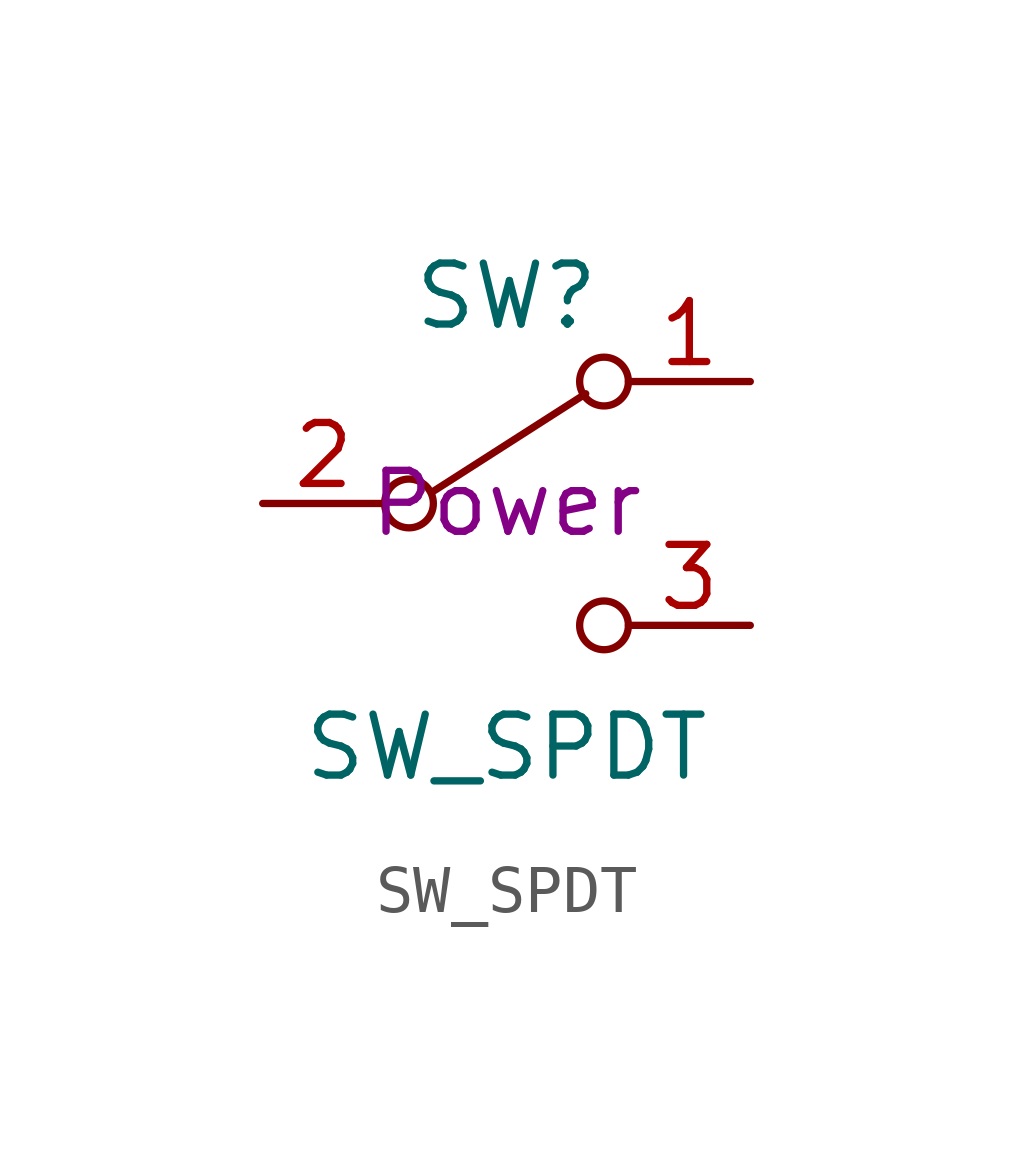
<source format=kicad_sym>
(kicad_symbol_lib
  (version 20220914)
  (generator kicad_symbol_editor)
  (symbol "SW_SPDT"
    (pin_names
      (offset 0) hide)
    (property "Reference" "SW"
      (at 0 4.318 0)
      (effects (font (size 1.27 1.27))))
    (property "Value" "SW_SPDT"
      (at 0 -5.08 0)
      (effects (font (size 1.27 1.27))))
    (property "NAME" "Power"
      (at 0 0 0)
      (effects (font (size 1.27 1.27))))
    (symbol "SW_SPDT_0_0"
      (circle (center -2.032 0) (radius 0.508) (stroke (width 0) (type default)) (fill (type none)))
      (circle (center 2.032 -2.54) (radius 0.508) (stroke (width 0) (type default)) (fill (type none))))
    (symbol "SW_SPDT_0_1"
      (polyline (pts (xy -1.524 0.254) (xy 1.651 2.286)) (stroke (width 0) (type default)) (fill (type none)))
      (circle (center 2.032 2.54) (radius 0.508) (stroke (width 0) (type default)) (fill (type none))))
    (symbol "SW_SPDT_1_1"
      (pin passive line (at 5.08 2.54 180) (length 2.54) (name "A" (effects (font (size 1.27 1.27)))) (number "1" (effects (font (size 1.27 1.27)))))
      (pin passive line (at -5.08 0 0) (length 2.54) (name "B" (effects (font (size 1.27 1.27)))) (number "2" (effects (font (size 1.27 1.27)))))
      (pin passive line (at 5.08 -2.54 180) (length 2.54) (name "C" (effects (font (size 1.27 1.27)))) (number "3" (effects (font (size 1.27 1.27))))))))
</source>
